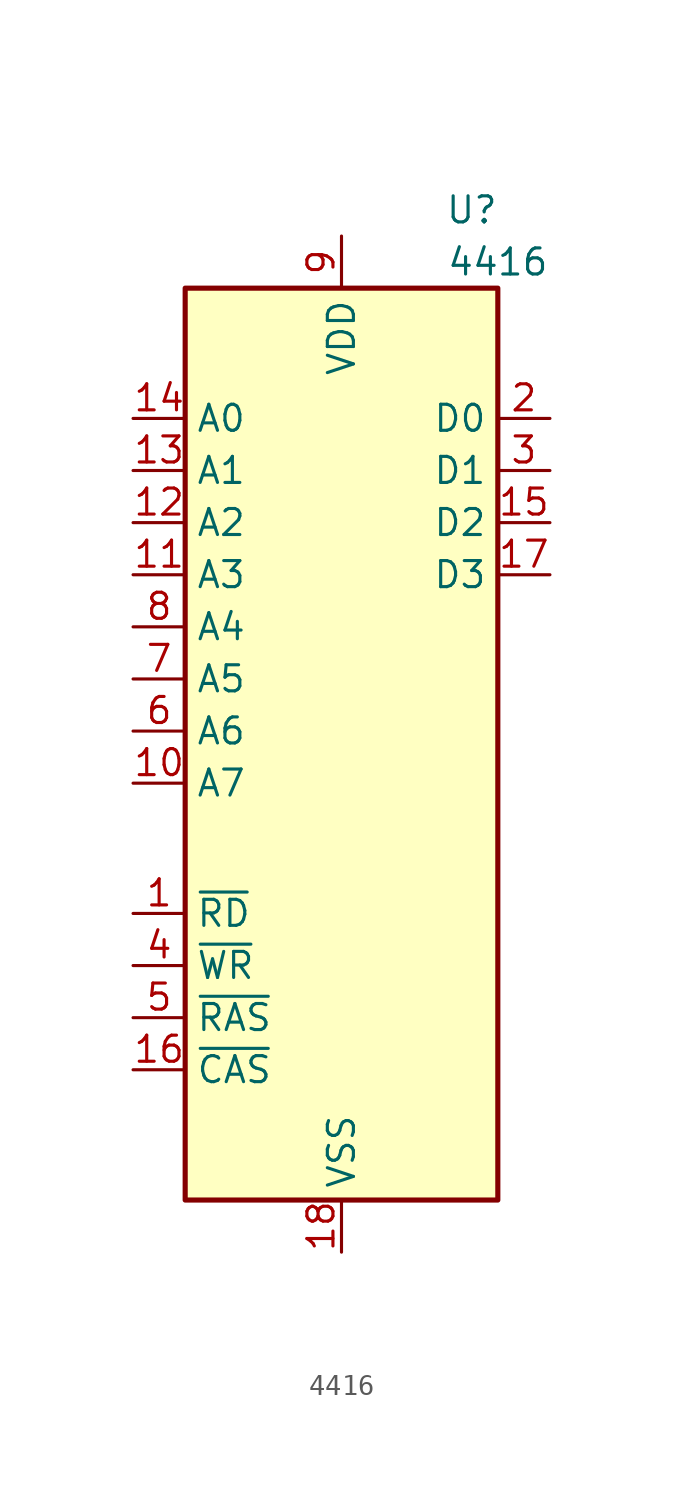
<source format=kicad_sym>
(kicad_symbol_lib
  (version 20220914)
  (generator kicad_symbol_editor)
  (symbol "4416"
    (property "Reference" "U"
      (at 6.35 2.54 0)
      (effects (font (size 1.27 1.27))))
    (property "Value" "4416"
      (at 7.62 0 0)
      (effects (font (size 1.27 1.27))))
    (symbol "4416_1_1"
      (rectangle (start -7.62 -1.27) (end 7.62 -45.72) (stroke (width 0.25) (type default)) (fill (type background)))
      (pin input line (at -10.16 -31.75 0) (length 2.54) (name "~{RD}" (effects (font (size 1.27 1.27)))) (number "1" (effects (font (size 1.27 1.27)))))
      (pin input line (at -10.16 -25.4 0) (length 2.54) (name "A7" (effects (font (size 1.27 1.27)))) (number "10" (effects (font (size 1.27 1.27)))))
      (pin input line (at -10.16 -15.24 0) (length 2.54) (name "A3" (effects (font (size 1.27 1.27)))) (number "11" (effects (font (size 1.27 1.27)))))
      (pin input line (at -10.16 -12.7 0) (length 2.54) (name "A2" (effects (font (size 1.27 1.27)))) (number "12" (effects (font (size 1.27 1.27)))))
      (pin input line (at -10.16 -10.16 0) (length 2.54) (name "A1" (effects (font (size 1.27 1.27)))) (number "13" (effects (font (size 1.27 1.27)))))
      (pin input line (at -10.16 -7.62 0) (length 2.54) (name "A0" (effects (font (size 1.27 1.27)))) (number "14" (effects (font (size 1.27 1.27)))))
      (pin bidirectional line (at 10.16 -12.7 180) (length 2.54) (name "D2" (effects (font (size 1.27 1.27)))) (number "15" (effects (font (size 1.27 1.27)))))
      (pin input line (at -10.16 -39.37 0) (length 2.54) (name "~{CAS}" (effects (font (size 1.27 1.27)))) (number "16" (effects (font (size 1.27 1.27)))))
      (pin bidirectional line (at 10.16 -15.24 180) (length 2.54) (name "D3" (effects (font (size 1.27 1.27)))) (number "17" (effects (font (size 1.27 1.27)))))
      (pin power_in line (at 0 -48.26 90) (length 2.54) (name "VSS" (effects (font (size 1.27 1.27)))) (number "18" (effects (font (size 1.27 1.27)))))
      (pin bidirectional line (at 10.16 -7.62 180) (length 2.54) (name "D0" (effects (font (size 1.27 1.27)))) (number "2" (effects (font (size 1.27 1.27)))))
      (pin bidirectional line (at 10.16 -10.16 180) (length 2.54) (name "D1" (effects (font (size 1.27 1.27)))) (number "3" (effects (font (size 1.27 1.27)))))
      (pin input line (at -10.16 -34.29 0) (length 2.54) (name "~{WR}" (effects (font (size 1.27 1.27)))) (number "4" (effects (font (size 1.27 1.27)))))
      (pin input line (at -10.16 -36.83 0) (length 2.54) (name "~{RAS}" (effects (font (size 1.27 1.27)))) (number "5" (effects (font (size 1.27 1.27)))))
      (pin input line (at -10.16 -22.86 0) (length 2.54) (name "A6" (effects (font (size 1.27 1.27)))) (number "6" (effects (font (size 1.27 1.27)))))
      (pin input line (at -10.16 -20.32 0) (length 2.54) (name "A5" (effects (font (size 1.27 1.27)))) (number "7" (effects (font (size 1.27 1.27)))))
      (pin input line (at -10.16 -17.78 0) (length 2.54) (name "A4" (effects (font (size 1.27 1.27)))) (number "8" (effects (font (size 1.27 1.27)))))
      (pin power_in line (at 0 1.27 270) (length 2.54) (name "VDD" (effects (font (size 1.27 1.27)))) (number "9" (effects (font (size 1.27 1.27))))))))
</source>
